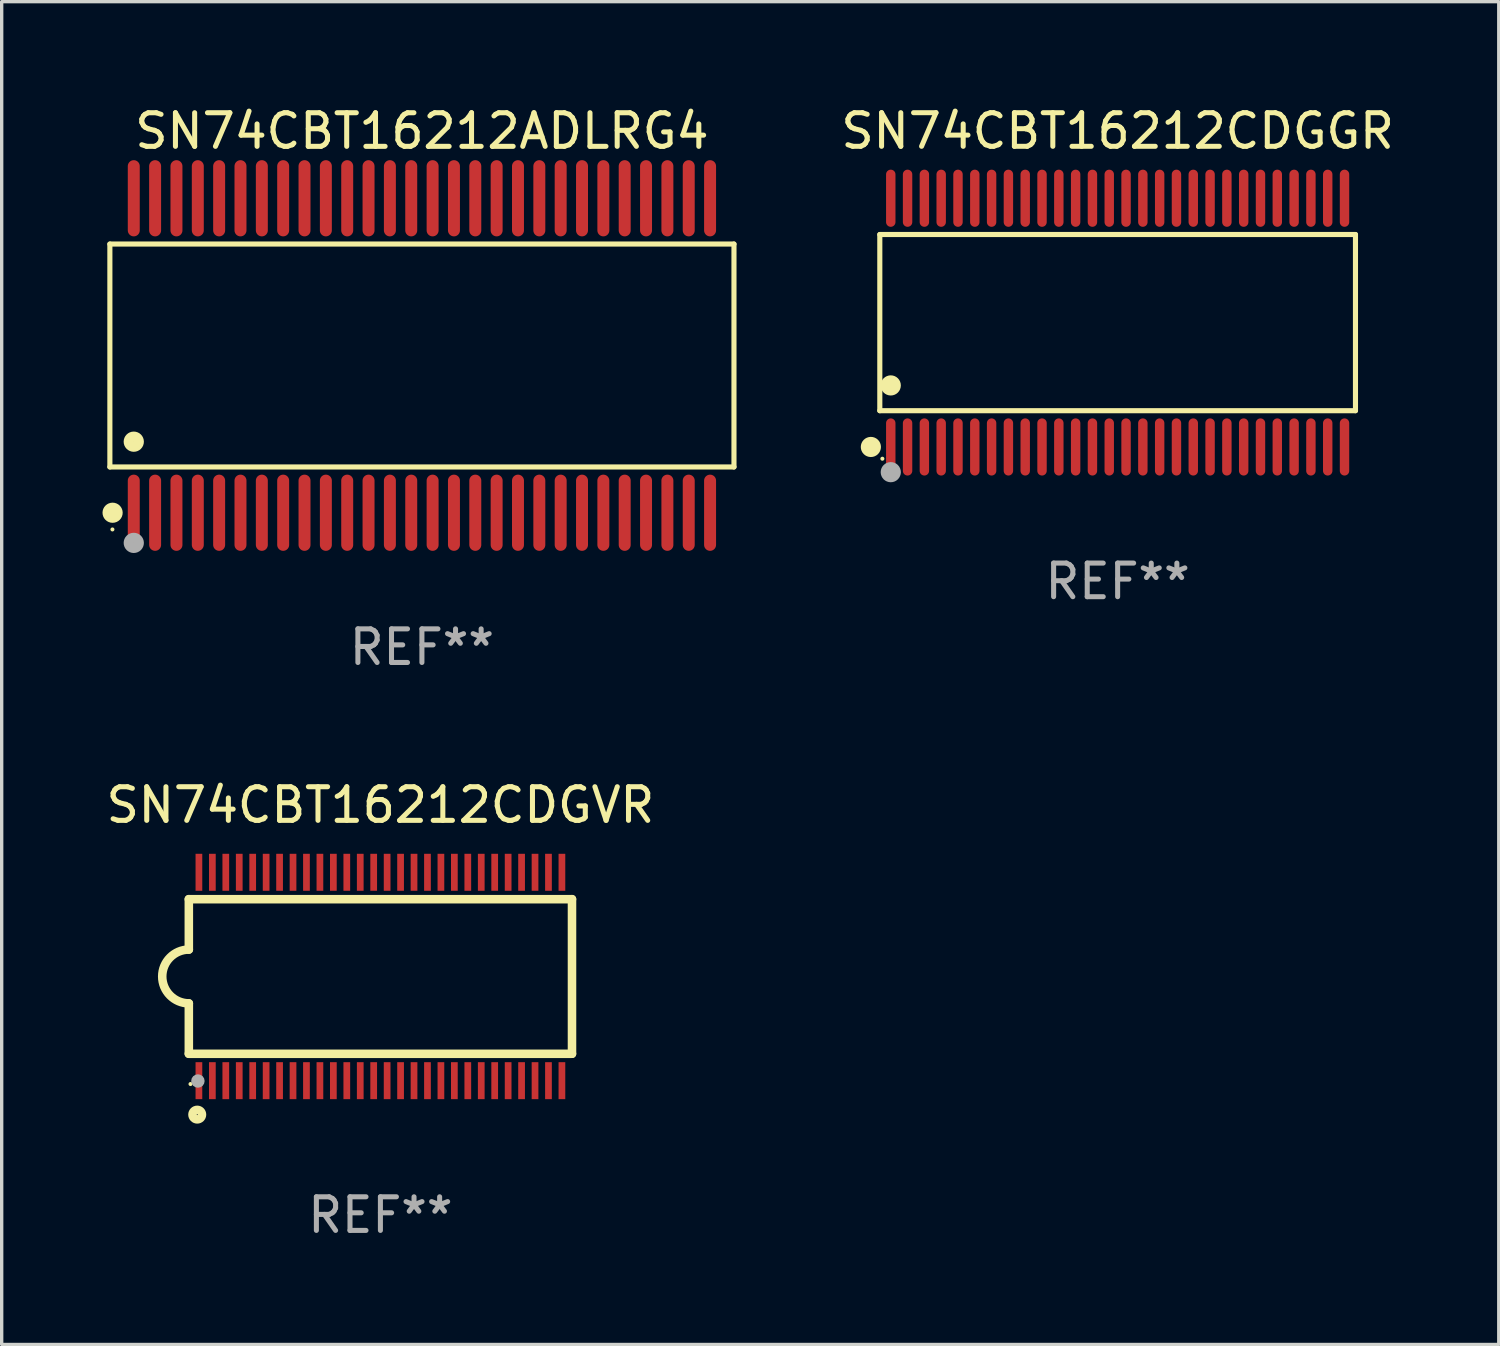
<source format=kicad_pcb>
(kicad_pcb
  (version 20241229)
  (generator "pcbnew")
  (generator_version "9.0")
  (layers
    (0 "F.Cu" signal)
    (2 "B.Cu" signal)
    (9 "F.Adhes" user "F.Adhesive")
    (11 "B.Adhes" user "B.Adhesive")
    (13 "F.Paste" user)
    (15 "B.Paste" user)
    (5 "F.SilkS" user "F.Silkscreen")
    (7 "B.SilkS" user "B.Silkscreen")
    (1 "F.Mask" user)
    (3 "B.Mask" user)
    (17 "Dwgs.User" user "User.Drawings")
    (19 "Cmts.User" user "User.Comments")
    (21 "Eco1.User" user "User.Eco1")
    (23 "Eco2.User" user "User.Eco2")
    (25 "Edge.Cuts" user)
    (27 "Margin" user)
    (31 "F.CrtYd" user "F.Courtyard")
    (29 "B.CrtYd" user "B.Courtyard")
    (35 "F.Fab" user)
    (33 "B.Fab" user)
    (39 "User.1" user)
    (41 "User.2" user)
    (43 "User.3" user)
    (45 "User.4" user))
  (footprint "SN74CBT16212CDGGR"
    (layer "F.Cu")
    (at 30.202 6.548)
    (property "Reference" "SN74CBT16212CDGGR" (at 0 -5.7 0) (layer "F.SilkS") (effects (font (size 1 1) (thickness 0.15))))
    (attr through_hole)
    (fp_line (start -7.076 -2.621) (end 7.076 -2.621) (stroke (width 0.152) (type solid)) (layer "F.SilkS"))
    (fp_line (start -7.076 2.621) (end -7.076 -2.621) (stroke (width 0.152) (type solid)) (layer "F.SilkS"))
    (fp_line (start 7.076 -2.621) (end 7.076 2.621) (stroke (width 0.152) (type solid)) (layer "F.SilkS"))
    (fp_line (start 7.076 2.621) (end -7.076 2.621) (stroke (width 0.152) (type solid)) (layer "F.SilkS"))
    (fp_circle (center -7.342 3.7) (end -7.192 3.7) (stroke (width 0.3) (type solid)) (fill no) (layer "F.SilkS"))
    (fp_circle (center -7 4.05) (end -6.97 4.05) (stroke (width 0.06) (type solid)) (fill no) (layer "F.SilkS"))
    (fp_circle (center -6.75 1.869) (end -6.6 1.869) (stroke (width 0.3) (type solid)) (fill no) (layer "F.SilkS"))
    (fp_circle (center -6.75 4.45) (end -6.6 4.45) (stroke (width 0.3) (type solid)) (fill no) (layer "F.Fab"))
    (fp_text user "REF**" (at 0 7.7 0) (layer "F.Fab") (effects (font (size 1 1) (thickness 0.15))))
    (pad "1" smd oval (at -6.75 3.7) (size 0.28 1.7) (layers "F.Cu" "F.Mask" "F.Paste"))
    (pad "2" smd oval (at -6.25 3.7) (size 0.28 1.7) (layers "F.Cu" "F.Mask" "F.Paste"))
    (pad "3" smd oval (at -5.75 3.7) (size 0.28 1.7) (layers "F.Cu" "F.Mask" "F.Paste"))
    (pad "4" smd oval (at -5.25 3.7) (size 0.28 1.7) (layers "F.Cu" "F.Mask" "F.Paste"))
    (pad "5" smd oval (at -4.75 3.7) (size 0.28 1.7) (layers "F.Cu" "F.Mask" "F.Paste"))
    (pad "6" smd oval (at -4.25 3.7) (size 0.28 1.7) (layers "F.Cu" "F.Mask" "F.Paste"))
    (pad "7" smd oval (at -3.75 3.7) (size 0.28 1.7) (layers "F.Cu" "F.Mask" "F.Paste"))
    (pad "8" smd oval (at -3.25 3.7) (size 0.28 1.7) (layers "F.Cu" "F.Mask" "F.Paste"))
    (pad "9" smd oval (at -2.75 3.7) (size 0.28 1.7) (layers "F.Cu" "F.Mask" "F.Paste"))
    (pad "10" smd oval (at -2.25 3.7) (size 0.28 1.7) (layers "F.Cu" "F.Mask" "F.Paste"))
    (pad "11" smd oval (at -1.75 3.7) (size 0.28 1.7) (layers "F.Cu" "F.Mask" "F.Paste"))
    (pad "12" smd oval (at -1.25 3.7) (size 0.28 1.7) (layers "F.Cu" "F.Mask" "F.Paste"))
    (pad "13" smd oval (at -0.75 3.7) (size 0.28 1.7) (layers "F.Cu" "F.Mask" "F.Paste"))
    (pad "14" smd oval (at -0.25 3.7) (size 0.28 1.7) (layers "F.Cu" "F.Mask" "F.Paste"))
    (pad "15" smd oval (at 0.25 3.7) (size 0.28 1.7) (layers "F.Cu" "F.Mask" "F.Paste"))
    (pad "16" smd oval (at 0.75 3.7) (size 0.28 1.7) (layers "F.Cu" "F.Mask" "F.Paste"))
    (pad "17" smd oval (at 1.25 3.7) (size 0.28 1.7) (layers "F.Cu" "F.Mask" "F.Paste"))
    (pad "18" smd oval (at 1.75 3.7) (size 0.28 1.7) (layers "F.Cu" "F.Mask" "F.Paste"))
    (pad "19" smd oval (at 2.25 3.7) (size 0.28 1.7) (layers "F.Cu" "F.Mask" "F.Paste"))
    (pad "20" smd oval (at 2.75 3.7) (size 0.28 1.7) (layers "F.Cu" "F.Mask" "F.Paste"))
    (pad "21" smd oval (at 3.25 3.7) (size 0.28 1.7) (layers "F.Cu" "F.Mask" "F.Paste"))
    (pad "22" smd oval (at 3.75 3.7) (size 0.28 1.7) (layers "F.Cu" "F.Mask" "F.Paste"))
    (pad "23" smd oval (at 4.25 3.7) (size 0.28 1.7) (layers "F.Cu" "F.Mask" "F.Paste"))
    (pad "24" smd oval (at 4.75 3.7) (size 0.28 1.7) (layers "F.Cu" "F.Mask" "F.Paste"))
    (pad "25" smd oval (at 5.25 3.7) (size 0.28 1.7) (layers "F.Cu" "F.Mask" "F.Paste"))
    (pad "26" smd oval (at 5.75 3.7) (size 0.28 1.7) (layers "F.Cu" "F.Mask" "F.Paste"))
    (pad "27" smd oval (at 6.25 3.7) (size 0.28 1.7) (layers "F.Cu" "F.Mask" "F.Paste"))
    (pad "28" smd oval (at 6.75 3.7) (size 0.28 1.7) (layers "F.Cu" "F.Mask" "F.Paste"))
    (pad "29" smd oval (at 6.75 -3.7) (size 0.28 1.7) (layers "F.Cu" "F.Mask" "F.Paste"))
    (pad "30" smd oval (at 6.25 -3.7) (size 0.28 1.7) (layers "F.Cu" "F.Mask" "F.Paste"))
    (pad "31" smd oval (at 5.75 -3.7) (size 0.28 1.7) (layers "F.Cu" "F.Mask" "F.Paste"))
    (pad "32" smd oval (at 5.25 -3.7) (size 0.28 1.7) (layers "F.Cu" "F.Mask" "F.Paste"))
    (pad "33" smd oval (at 4.75 -3.7) (size 0.28 1.7) (layers "F.Cu" "F.Mask" "F.Paste"))
    (pad "34" smd oval (at 4.25 -3.7) (size 0.28 1.7) (layers "F.Cu" "F.Mask" "F.Paste"))
    (pad "35" smd oval (at 3.75 -3.7) (size 0.28 1.7) (layers "F.Cu" "F.Mask" "F.Paste"))
    (pad "36" smd oval (at 3.25 -3.7) (size 0.28 1.7) (layers "F.Cu" "F.Mask" "F.Paste"))
    (pad "37" smd oval (at 2.75 -3.7) (size 0.28 1.7) (layers "F.Cu" "F.Mask" "F.Paste"))
    (pad "38" smd oval (at 2.25 -3.7) (size 0.28 1.7) (layers "F.Cu" "F.Mask" "F.Paste"))
    (pad "39" smd oval (at 1.75 -3.7) (size 0.28 1.7) (layers "F.Cu" "F.Mask" "F.Paste"))
    (pad "40" smd oval (at 1.25 -3.7) (size 0.28 1.7) (layers "F.Cu" "F.Mask" "F.Paste"))
    (pad "41" smd oval (at 0.75 -3.7) (size 0.28 1.7) (layers "F.Cu" "F.Mask" "F.Paste"))
    (pad "42" smd oval (at 0.25 -3.7) (size 0.28 1.7) (layers "F.Cu" "F.Mask" "F.Paste"))
    (pad "43" smd oval (at -0.25 -3.7) (size 0.28 1.7) (layers "F.Cu" "F.Mask" "F.Paste"))
    (pad "44" smd oval (at -0.75 -3.7) (size 0.28 1.7) (layers "F.Cu" "F.Mask" "F.Paste"))
    (pad "45" smd oval (at -1.25 -3.7) (size 0.28 1.7) (layers "F.Cu" "F.Mask" "F.Paste"))
    (pad "46" smd oval (at -1.75 -3.7) (size 0.28 1.7) (layers "F.Cu" "F.Mask" "F.Paste"))
    (pad "47" smd oval (at -2.25 -3.7) (size 0.28 1.7) (layers "F.Cu" "F.Mask" "F.Paste"))
    (pad "48" smd oval (at -2.75 -3.7) (size 0.28 1.7) (layers "F.Cu" "F.Mask" "F.Paste"))
    (pad "49" smd oval (at -3.25 -3.7) (size 0.28 1.7) (layers "F.Cu" "F.Mask" "F.Paste"))
    (pad "50" smd oval (at -3.75 -3.7) (size 0.28 1.7) (layers "F.Cu" "F.Mask" "F.Paste"))
    (pad "51" smd oval (at -4.25 -3.7) (size 0.28 1.7) (layers "F.Cu" "F.Mask" "F.Paste"))
    (pad "52" smd oval (at -4.75 -3.7) (size 0.28 1.7) (layers "F.Cu" "F.Mask" "F.Paste"))
    (pad "53" smd oval (at -5.25 -3.7) (size 0.28 1.7) (layers "F.Cu" "F.Mask" "F.Paste"))
    (pad "54" smd oval (at -5.75 -3.7) (size 0.28 1.7) (layers "F.Cu" "F.Mask" "F.Paste"))
    (pad "55" smd oval (at -6.25 -3.7) (size 0.28 1.7) (layers "F.Cu" "F.Mask" "F.Paste"))
    (pad "56" smd oval (at -6.75 -3.7) (size 0.28 1.7) (layers "F.Cu" "F.Mask" "F.Paste")))
  (footprint "SN74CBT16212CDGVR"
    (layer "F.Cu")
    (at 8.268 26.002)
    (property "Reference" "SN74CBT16212CDGVR" (at 0 -5.1 0) (layer "F.SilkS") (effects (font (size 1 1) (thickness 0.15))))
    (attr through_hole)
    (fp_line (start -5.7 -2.3) (end -5.7 -0.8) (stroke (width 0.254) (type solid)) (layer "F.SilkS"))
    (fp_line (start -5.7 -2.3) (end 5.7 -2.3) (stroke (width 0.254) (type solid)) (layer "F.SilkS"))
    (fp_line (start -5.7 2.3) (end -5.7 0.8) (stroke (width 0.254) (type solid)) (layer "F.SilkS"))
    (fp_line (start -5.7 2.3) (end 5.7 2.3) (stroke (width 0.254) (type solid)) (layer "F.SilkS"))
    (fp_line (start 5.7 -2.3) (end 5.7 2.3) (stroke (width 0.254) (type solid)) (layer "F.SilkS"))
    (fp_arc (start -5.700013 0.800025) (mid -6.500343 -0.000382) (end -5.699962 -0.800737) (stroke (width 0.254001) (type solid)) (layer "F.SilkS"))
    (fp_circle (center -5.65 3.2) (end -5.62 3.2) (stroke (width 0.06) (type solid)) (fill no) (layer "F.SilkS"))
    (fp_circle (center -5.45 4.11) (end -5.309 4.11) (stroke (width 0.254) (type solid)) (fill no) (layer "F.SilkS"))
    (fp_circle (center -5.43 3.11) (end -5.33 3.11) (stroke (width 0.2) (type solid)) (fill no) (layer "F.Fab"))
    (fp_text user "REF**" (at 0 7.1 0) (layer "F.Fab") (effects (font (size 1 1) (thickness 0.15))))
    (pad "1" smd rect (at -5.4 3.1) (size 0.2 1.1) (layers "F.Cu" "F.Mask" "F.Paste"))
    (pad "2" smd rect (at -5 3.1) (size 0.2 1.1) (layers "F.Cu" "F.Mask" "F.Paste"))
    (pad "3" smd rect (at -4.6 3.1) (size 0.2 1.1) (layers "F.Cu" "F.Mask" "F.Paste"))
    (pad "4" smd rect (at -4.2 3.1) (size 0.2 1.1) (layers "F.Cu" "F.Mask" "F.Paste"))
    (pad "5" smd rect (at -3.8 3.1) (size 0.2 1.1) (layers "F.Cu" "F.Mask" "F.Paste"))
    (pad "6" smd rect (at -3.4 3.1) (size 0.2 1.1) (layers "F.Cu" "F.Mask" "F.Paste"))
    (pad "7" smd rect (at -3 3.1) (size 0.2 1.1) (layers "F.Cu" "F.Mask" "F.Paste"))
    (pad "8" smd rect (at -2.6 3.1) (size 0.2 1.1) (layers "F.Cu" "F.Mask" "F.Paste"))
    (pad "9" smd rect (at -2.2 3.1) (size 0.2 1.1) (layers "F.Cu" "F.Mask" "F.Paste"))
    (pad "10" smd rect (at -1.8 3.1) (size 0.2 1.1) (layers "F.Cu" "F.Mask" "F.Paste"))
    (pad "11" smd rect (at -1.4 3.1) (size 0.2 1.1) (layers "F.Cu" "F.Mask" "F.Paste"))
    (pad "12" smd rect (at -1 3.1) (size 0.2 1.1) (layers "F.Cu" "F.Mask" "F.Paste"))
    (pad "13" smd rect (at -0.6 3.1) (size 0.2 1.1) (layers "F.Cu" "F.Mask" "F.Paste"))
    (pad "14" smd rect (at -0.2 3.1) (size 0.2 1.1) (layers "F.Cu" "F.Mask" "F.Paste"))
    (pad "15" smd rect (at 0.2 3.1) (size 0.2 1.1) (layers "F.Cu" "F.Mask" "F.Paste"))
    (pad "16" smd rect (at 0.6 3.1) (size 0.2 1.1) (layers "F.Cu" "F.Mask" "F.Paste"))
    (pad "17" smd rect (at 1 3.1) (size 0.2 1.1) (layers "F.Cu" "F.Mask" "F.Paste"))
    (pad "18" smd rect (at 1.4 3.1) (size 0.2 1.1) (layers "F.Cu" "F.Mask" "F.Paste"))
    (pad "19" smd rect (at 1.8 3.1) (size 0.2 1.1) (layers "F.Cu" "F.Mask" "F.Paste"))
    (pad "20" smd rect (at 2.2 3.1) (size 0.2 1.1) (layers "F.Cu" "F.Mask" "F.Paste"))
    (pad "21" smd rect (at 2.6 3.1) (size 0.2 1.1) (layers "F.Cu" "F.Mask" "F.Paste"))
    (pad "22" smd rect (at 3 3.1) (size 0.2 1.1) (layers "F.Cu" "F.Mask" "F.Paste"))
    (pad "23" smd rect (at 3.4 3.1) (size 0.2 1.1) (layers "F.Cu" "F.Mask" "F.Paste"))
    (pad "24" smd rect (at 3.8 3.1) (size 0.2 1.1) (layers "F.Cu" "F.Mask" "F.Paste"))
    (pad "25" smd rect (at 4.2 3.1) (size 0.2 1.1) (layers "F.Cu" "F.Mask" "F.Paste"))
    (pad "26" smd rect (at 4.6 3.1) (size 0.2 1.1) (layers "F.Cu" "F.Mask" "F.Paste"))
    (pad "27" smd rect (at 5 3.1) (size 0.2 1.1) (layers "F.Cu" "F.Mask" "F.Paste"))
    (pad "28" smd rect (at 5.4 3.1) (size 0.2 1.1) (layers "F.Cu" "F.Mask" "F.Paste"))
    (pad "29" smd rect (at 5.4 -3.1) (size 0.2 1.1) (layers "F.Cu" "F.Mask" "F.Paste"))
    (pad "30" smd rect (at 5 -3.1) (size 0.2 1.1) (layers "F.Cu" "F.Mask" "F.Paste"))
    (pad "31" smd rect (at 4.6 -3.1) (size 0.2 1.1) (layers "F.Cu" "F.Mask" "F.Paste"))
    (pad "32" smd rect (at 4.2 -3.1) (size 0.2 1.1) (layers "F.Cu" "F.Mask" "F.Paste"))
    (pad "33" smd rect (at 3.8 -3.1) (size 0.2 1.1) (layers "F.Cu" "F.Mask" "F.Paste"))
    (pad "34" smd rect (at 3.4 -3.1) (size 0.2 1.1) (layers "F.Cu" "F.Mask" "F.Paste"))
    (pad "35" smd rect (at 3 -3.1) (size 0.2 1.1) (layers "F.Cu" "F.Mask" "F.Paste"))
    (pad "36" smd rect (at 2.6 -3.1) (size 0.2 1.1) (layers "F.Cu" "F.Mask" "F.Paste"))
    (pad "37" smd rect (at 2.2 -3.1) (size 0.2 1.1) (layers "F.Cu" "F.Mask" "F.Paste"))
    (pad "38" smd rect (at 1.8 -3.1) (size 0.2 1.1) (layers "F.Cu" "F.Mask" "F.Paste"))
    (pad "39" smd rect (at 1.4 -3.1) (size 0.2 1.1) (layers "F.Cu" "F.Mask" "F.Paste"))
    (pad "40" smd rect (at 1 -3.1) (size 0.2 1.1) (layers "F.Cu" "F.Mask" "F.Paste"))
    (pad "41" smd rect (at 0.6 -3.1) (size 0.2 1.1) (layers "F.Cu" "F.Mask" "F.Paste"))
    (pad "42" smd rect (at 0.2 -3.1) (size 0.2 1.1) (layers "F.Cu" "F.Mask" "F.Paste"))
    (pad "43" smd rect (at -0.2 -3.1) (size 0.2 1.1) (layers "F.Cu" "F.Mask" "F.Paste"))
    (pad "44" smd rect (at -0.6 -3.1) (size 0.2 1.1) (layers "F.Cu" "F.Mask" "F.Paste"))
    (pad "45" smd rect (at -1 -3.1) (size 0.2 1.1) (layers "F.Cu" "F.Mask" "F.Paste"))
    (pad "46" smd rect (at -1.4 -3.1) (size 0.2 1.1) (layers "F.Cu" "F.Mask" "F.Paste"))
    (pad "47" smd rect (at -1.8 -3.1) (size 0.2 1.1) (layers "F.Cu" "F.Mask" "F.Paste"))
    (pad "48" smd rect (at -2.2 -3.1) (size 0.2 1.1) (layers "F.Cu" "F.Mask" "F.Paste"))
    (pad "49" smd rect (at -2.6 -3.1) (size 0.2 1.1) (layers "F.Cu" "F.Mask" "F.Paste"))
    (pad "50" smd rect (at -3 -3.1) (size 0.2 1.1) (layers "F.Cu" "F.Mask" "F.Paste"))
    (pad "51" smd rect (at -3.4 -3.1) (size 0.2 1.1) (layers "F.Cu" "F.Mask" "F.Paste"))
    (pad "52" smd rect (at -3.8 -3.1) (size 0.2 1.1) (layers "F.Cu" "F.Mask" "F.Paste"))
    (pad "53" smd rect (at -4.2 -3.1) (size 0.2 1.1) (layers "F.Cu" "F.Mask" "F.Paste"))
    (pad "54" smd rect (at -4.6 -3.1) (size 0.2 1.1) (layers "F.Cu" "F.Mask" "F.Paste"))
    (pad "55" smd rect (at -5 -3.1) (size 0.2 1.1) (layers "F.Cu" "F.Mask" "F.Paste"))
    (pad "56" smd rect (at -5.4 -3.1) (size 0.2 1.1) (layers "F.Cu" "F.Mask" "F.Paste")))
  (footprint "SN74CBT16212ADLRG4"
    (layer "F.Cu")
    (at 9.503 7.527)
    (property "Reference" "SN74CBT16212ADLRG4" (at 0 -6.678 0) (layer "F.SilkS") (effects (font (size 1 1) (thickness 0.15))))
    (attr through_hole)
    (fp_line (start -9.284 -3.316) (end 9.284 -3.316) (stroke (width 0.152) (type solid)) (layer "F.SilkS"))
    (fp_line (start -9.284 3.316) (end -9.284 -3.316) (stroke (width 0.152) (type solid)) (layer "F.SilkS"))
    (fp_line (start 9.284 -3.316) (end 9.284 3.316) (stroke (width 0.152) (type solid)) (layer "F.SilkS"))
    (fp_line (start 9.284 3.316) (end -9.284 3.316) (stroke (width 0.152) (type solid)) (layer "F.SilkS"))
    (fp_circle (center -9.208 5.175) (end -9.178 5.175) (stroke (width 0.06) (type solid)) (fill no) (layer "F.SilkS"))
    (fp_circle (center -9.203 4.678) (end -9.053 4.678) (stroke (width 0.3) (type solid)) (fill no) (layer "F.SilkS"))
    (fp_circle (center -8.573 2.564) (end -8.422 2.564) (stroke (width 0.3) (type solid)) (fill no) (layer "F.SilkS"))
    (fp_circle (center -8.573 5.575) (end -8.422 5.575) (stroke (width 0.3) (type solid)) (fill no) (layer "F.Fab"))
    (fp_text user "REF**" (at 0 8.678 0) (layer "F.Fab") (effects (font (size 1 1) (thickness 0.15))))
    (pad "1" smd oval (at -8.573 4.678) (size 0.356 2.267) (layers "F.Cu" "F.Mask" "F.Paste"))
    (pad "2" smd oval (at -7.938 4.678) (size 0.356 2.267) (layers "F.Cu" "F.Mask" "F.Paste"))
    (pad "3" smd oval (at -7.303 4.678) (size 0.356 2.267) (layers "F.Cu" "F.Mask" "F.Paste"))
    (pad "4" smd oval (at -6.668 4.678) (size 0.356 2.267) (layers "F.Cu" "F.Mask" "F.Paste"))
    (pad "5" smd oval (at -6.033 4.678) (size 0.356 2.267) (layers "F.Cu" "F.Mask" "F.Paste"))
    (pad "6" smd oval (at -5.398 4.678) (size 0.356 2.267) (layers "F.Cu" "F.Mask" "F.Paste"))
    (pad "7" smd oval (at -4.763 4.678) (size 0.356 2.267) (layers "F.Cu" "F.Mask" "F.Paste"))
    (pad "8" smd oval (at -4.128 4.678) (size 0.356 2.267) (layers "F.Cu" "F.Mask" "F.Paste"))
    (pad "9" smd oval (at -3.493 4.678) (size 0.356 2.267) (layers "F.Cu" "F.Mask" "F.Paste"))
    (pad "10" smd oval (at -2.858 4.678) (size 0.356 2.267) (layers "F.Cu" "F.Mask" "F.Paste"))
    (pad "11" smd oval (at -2.223 4.678) (size 0.356 2.267) (layers "F.Cu" "F.Mask" "F.Paste"))
    (pad "12" smd oval (at -1.588 4.678) (size 0.356 2.267) (layers "F.Cu" "F.Mask" "F.Paste"))
    (pad "13" smd oval (at -0.953 4.678) (size 0.356 2.267) (layers "F.Cu" "F.Mask" "F.Paste"))
    (pad "14" smd oval (at -0.318 4.678) (size 0.356 2.267) (layers "F.Cu" "F.Mask" "F.Paste"))
    (pad "15" smd oval (at 0.318 4.678) (size 0.356 2.267) (layers "F.Cu" "F.Mask" "F.Paste"))
    (pad "16" smd oval (at 0.953 4.678) (size 0.356 2.267) (layers "F.Cu" "F.Mask" "F.Paste"))
    (pad "17" smd oval (at 1.588 4.678) (size 0.356 2.267) (layers "F.Cu" "F.Mask" "F.Paste"))
    (pad "18" smd oval (at 2.223 4.678) (size 0.356 2.267) (layers "F.Cu" "F.Mask" "F.Paste"))
    (pad "19" smd oval (at 2.858 4.678) (size 0.356 2.267) (layers "F.Cu" "F.Mask" "F.Paste"))
    (pad "20" smd oval (at 3.493 4.678) (size 0.356 2.267) (layers "F.Cu" "F.Mask" "F.Paste"))
    (pad "21" smd oval (at 4.128 4.678) (size 0.356 2.267) (layers "F.Cu" "F.Mask" "F.Paste"))
    (pad "22" smd oval (at 4.763 4.678) (size 0.356 2.267) (layers "F.Cu" "F.Mask" "F.Paste"))
    (pad "23" smd oval (at 5.398 4.678) (size 0.356 2.267) (layers "F.Cu" "F.Mask" "F.Paste"))
    (pad "24" smd oval (at 6.033 4.678) (size 0.356 2.267) (layers "F.Cu" "F.Mask" "F.Paste"))
    (pad "25" smd oval (at 6.668 4.678) (size 0.356 2.267) (layers "F.Cu" "F.Mask" "F.Paste"))
    (pad "26" smd oval (at 7.303 4.678) (size 0.356 2.267) (layers "F.Cu" "F.Mask" "F.Paste"))
    (pad "27" smd oval (at 7.938 4.678) (size 0.356 2.267) (layers "F.Cu" "F.Mask" "F.Paste"))
    (pad "28" smd oval (at 8.573 4.678) (size 0.356 2.267) (layers "F.Cu" "F.Mask" "F.Paste"))
    (pad "29" smd oval (at 8.573 -4.678) (size 0.356 2.267) (layers "F.Cu" "F.Mask" "F.Paste"))
    (pad "30" smd oval (at 7.938 -4.678) (size 0.356 2.267) (layers "F.Cu" "F.Mask" "F.Paste"))
    (pad "31" smd oval (at 7.303 -4.678) (size 0.356 2.267) (layers "F.Cu" "F.Mask" "F.Paste"))
    (pad "32" smd oval (at 6.668 -4.678) (size 0.356 2.267) (layers "F.Cu" "F.Mask" "F.Paste"))
    (pad "33" smd oval (at 6.033 -4.678) (size 0.356 2.267) (layers "F.Cu" "F.Mask" "F.Paste"))
    (pad "34" smd oval (at 5.398 -4.678) (size 0.356 2.267) (layers "F.Cu" "F.Mask" "F.Paste"))
    (pad "35" smd oval (at 4.763 -4.678) (size 0.356 2.267) (layers "F.Cu" "F.Mask" "F.Paste"))
    (pad "36" smd oval (at 4.128 -4.678) (size 0.356 2.267) (layers "F.Cu" "F.Mask" "F.Paste"))
    (pad "37" smd oval (at 3.493 -4.678) (size 0.356 2.267) (layers "F.Cu" "F.Mask" "F.Paste"))
    (pad "38" smd oval (at 2.858 -4.678) (size 0.356 2.267) (layers "F.Cu" "F.Mask" "F.Paste"))
    (pad "39" smd oval (at 2.223 -4.678) (size 0.356 2.267) (layers "F.Cu" "F.Mask" "F.Paste"))
    (pad "40" smd oval (at 1.588 -4.678) (size 0.356 2.267) (layers "F.Cu" "F.Mask" "F.Paste"))
    (pad "41" smd oval (at 0.953 -4.678) (size 0.356 2.267) (layers "F.Cu" "F.Mask" "F.Paste"))
    (pad "42" smd oval (at 0.318 -4.678) (size 0.356 2.267) (layers "F.Cu" "F.Mask" "F.Paste"))
    (pad "43" smd oval (at -0.318 -4.678) (size 0.356 2.267) (layers "F.Cu" "F.Mask" "F.Paste"))
    (pad "44" smd oval (at -0.953 -4.678) (size 0.356 2.267) (layers "F.Cu" "F.Mask" "F.Paste"))
    (pad "45" smd oval (at -1.588 -4.678) (size 0.356 2.267) (layers "F.Cu" "F.Mask" "F.Paste"))
    (pad "46" smd oval (at -2.223 -4.678) (size 0.356 2.267) (layers "F.Cu" "F.Mask" "F.Paste"))
    (pad "47" smd oval (at -2.858 -4.678) (size 0.356 2.267) (layers "F.Cu" "F.Mask" "F.Paste"))
    (pad "48" smd oval (at -3.493 -4.678) (size 0.356 2.267) (layers "F.Cu" "F.Mask" "F.Paste"))
    (pad "49" smd oval (at -4.128 -4.678) (size 0.356 2.267) (layers "F.Cu" "F.Mask" "F.Paste"))
    (pad "50" smd oval (at -4.763 -4.678) (size 0.356 2.267) (layers "F.Cu" "F.Mask" "F.Paste"))
    (pad "51" smd oval (at -5.398 -4.678) (size 0.356 2.267) (layers "F.Cu" "F.Mask" "F.Paste"))
    (pad "52" smd oval (at -6.033 -4.678) (size 0.356 2.267) (layers "F.Cu" "F.Mask" "F.Paste"))
    (pad "53" smd oval (at -6.668 -4.678) (size 0.356 2.267) (layers "F.Cu" "F.Mask" "F.Paste"))
    (pad "54" smd oval (at -7.303 -4.678) (size 0.356 2.267) (layers "F.Cu" "F.Mask" "F.Paste"))
    (pad "55" smd oval (at -7.938 -4.678) (size 0.356 2.267) (layers "F.Cu" "F.Mask" "F.Paste"))
    (pad "56" smd oval (at -8.573 -4.678) (size 0.356 2.267) (layers "F.Cu" "F.Mask" "F.Paste")))
  (gr_rect
    (start -3 -3)
    (end 41.541 36.95)
    (stroke (width 0.1) (type default))
    (fill no)
    (layer "Edge.Cuts")))
</source>
